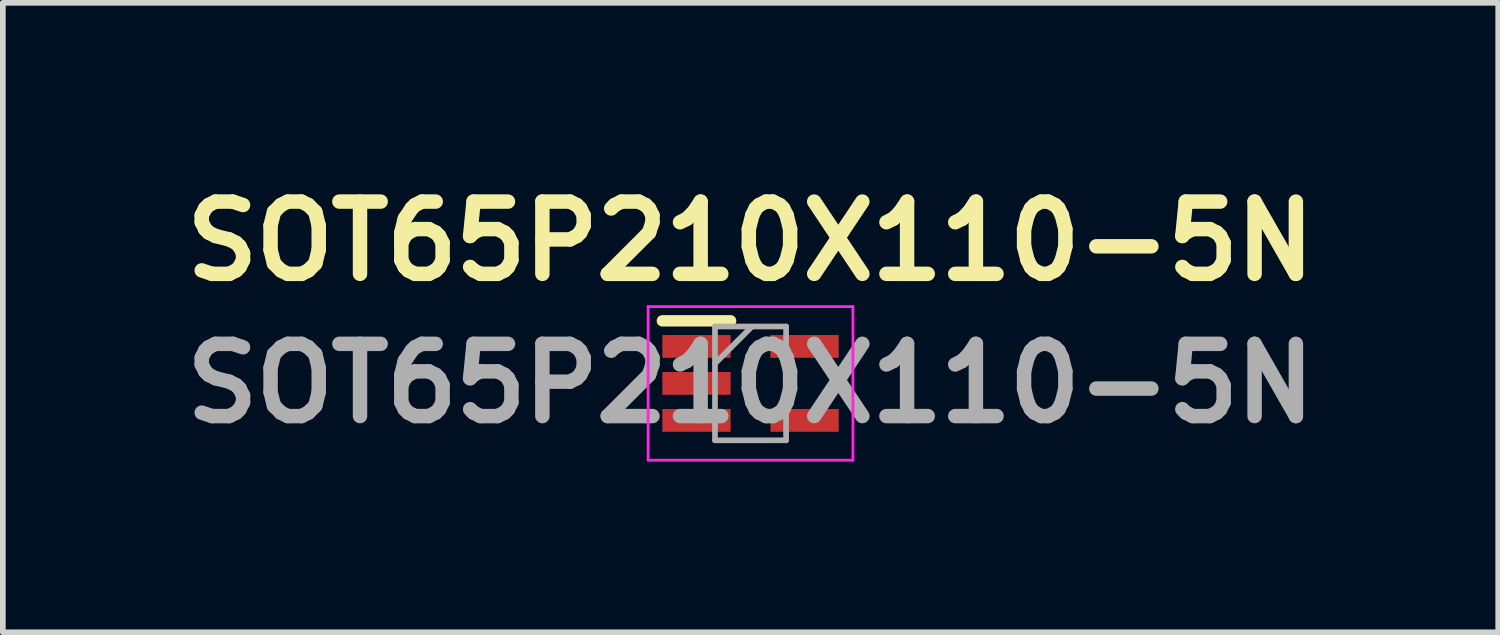
<source format=kicad_pcb>
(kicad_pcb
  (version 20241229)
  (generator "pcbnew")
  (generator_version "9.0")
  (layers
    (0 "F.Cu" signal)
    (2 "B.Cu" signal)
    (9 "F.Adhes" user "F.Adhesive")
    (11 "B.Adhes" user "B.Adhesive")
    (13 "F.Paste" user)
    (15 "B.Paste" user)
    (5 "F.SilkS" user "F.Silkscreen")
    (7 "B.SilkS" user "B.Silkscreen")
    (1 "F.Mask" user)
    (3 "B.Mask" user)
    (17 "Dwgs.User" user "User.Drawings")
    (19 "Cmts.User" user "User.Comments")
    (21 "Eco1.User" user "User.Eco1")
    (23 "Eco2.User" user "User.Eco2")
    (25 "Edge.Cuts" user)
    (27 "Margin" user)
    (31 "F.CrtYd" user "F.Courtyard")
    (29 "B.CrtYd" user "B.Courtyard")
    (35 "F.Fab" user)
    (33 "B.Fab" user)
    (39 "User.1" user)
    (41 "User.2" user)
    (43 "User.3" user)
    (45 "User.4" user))
  (footprint "SOT65P210X110-5N"
    (layer "F.Cu")
    (at 10.142 3.689)
    (property "Reference" "SOT65P210X110-5N" (at 0 -2.5 0) (layer "F.SilkS") (effects (font (size 1.27 1.27) (thickness 0.254))))
    (attr smd)
    (fp_line (start -1.55 -1.1) (end -0.35 -1.1) (stroke (width 0.2) (type solid)) (layer "F.SilkS"))
    (fp_line (start -1.8 -1.35) (end 1.8 -1.35) (stroke (width 0.05) (type solid)) (layer "F.CrtYd"))
    (fp_line (start -1.8 1.35) (end -1.8 -1.35) (stroke (width 0.05) (type solid)) (layer "F.CrtYd"))
    (fp_line (start 1.8 -1.35) (end 1.8 1.35) (stroke (width 0.05) (type solid)) (layer "F.CrtYd"))
    (fp_line (start 1.8 1.35) (end -1.8 1.35) (stroke (width 0.05) (type solid)) (layer "F.CrtYd"))
    (fp_line (start -0.625 -1) (end 0.625 -1) (stroke (width 0.1) (type solid)) (layer "F.Fab"))
    (fp_line (start -0.625 -0.35) (end 0.025 -1) (stroke (width 0.1) (type solid)) (layer "F.Fab"))
    (fp_line (start -0.625 1) (end -0.625 -1) (stroke (width 0.1) (type solid)) (layer "F.Fab"))
    (fp_line (start 0.625 -1) (end 0.625 1) (stroke (width 0.1) (type solid)) (layer "F.Fab"))
    (fp_line (start 0.625 1) (end -0.625 1) (stroke (width 0.1) (type solid)) (layer "F.Fab"))
    (fp_text user "${REFERENCE}" (at 0 0 0) (layer "F.Fab") (effects (font (size 1.27 1.27) (thickness 0.254))))
    (pad "1" smd rect (at -0.95 -0.65 90) (size 0.4 1.2) (layers "F.Cu" "F.Mask" "F.Paste"))
    (pad "2" smd rect (at -0.95 0 90) (size 0.4 1.2) (layers "F.Cu" "F.Mask" "F.Paste"))
    (pad "3" smd rect (at -0.95 0.65 90) (size 0.4 1.2) (layers "F.Cu" "F.Mask" "F.Paste"))
    (pad "4" smd rect (at 0.95 0.65 90) (size 0.4 1.2) (layers "F.Cu" "F.Mask" "F.Paste"))
    (pad "5" smd rect (at 0.95 -0.65 90) (size 0.4 1.2) (layers "F.Cu" "F.Mask" "F.Paste")))
  (gr_rect
    (start -3 -3)
    (end 23.284 8.064)
    (stroke (width 0.1) (type default))
    (fill no)
    (layer "Edge.Cuts")))
</source>
